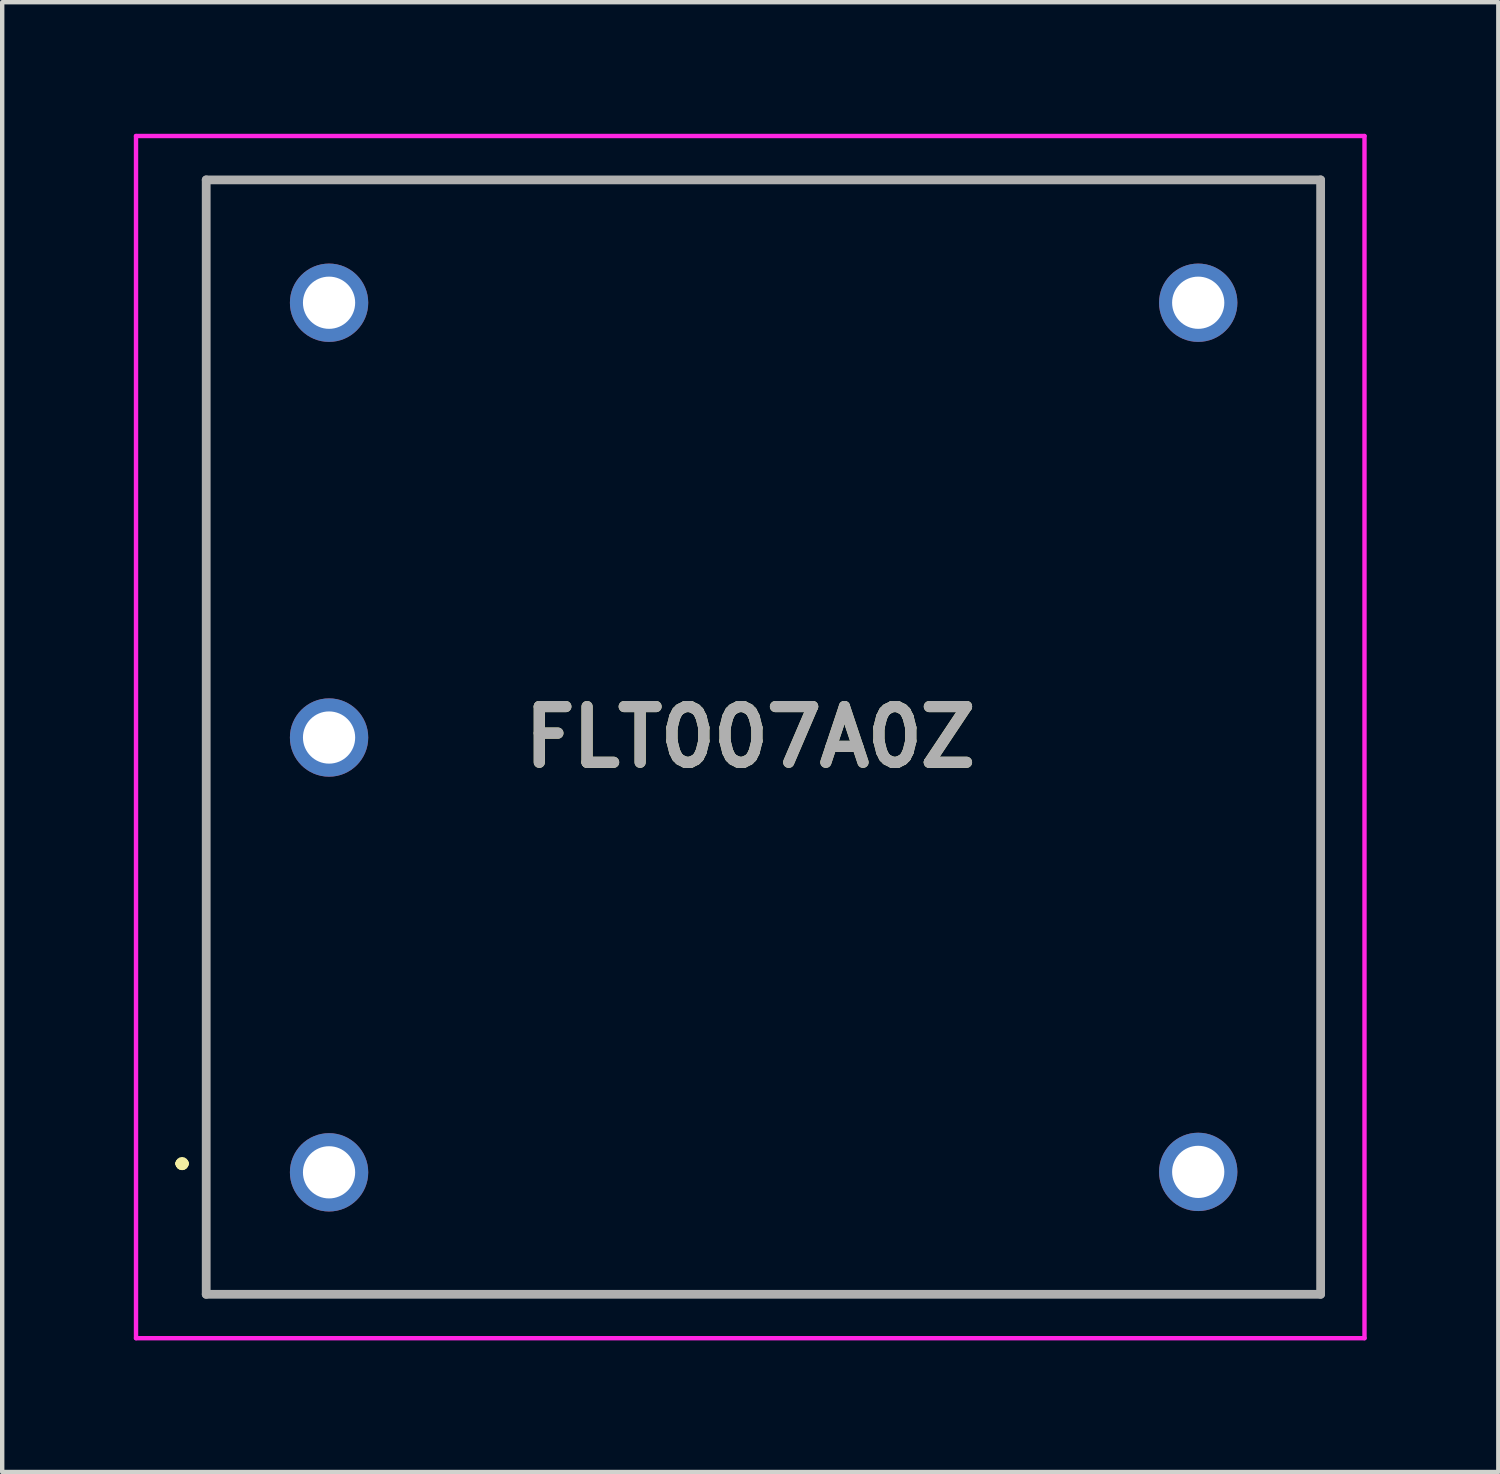
<source format=kicad_pcb>
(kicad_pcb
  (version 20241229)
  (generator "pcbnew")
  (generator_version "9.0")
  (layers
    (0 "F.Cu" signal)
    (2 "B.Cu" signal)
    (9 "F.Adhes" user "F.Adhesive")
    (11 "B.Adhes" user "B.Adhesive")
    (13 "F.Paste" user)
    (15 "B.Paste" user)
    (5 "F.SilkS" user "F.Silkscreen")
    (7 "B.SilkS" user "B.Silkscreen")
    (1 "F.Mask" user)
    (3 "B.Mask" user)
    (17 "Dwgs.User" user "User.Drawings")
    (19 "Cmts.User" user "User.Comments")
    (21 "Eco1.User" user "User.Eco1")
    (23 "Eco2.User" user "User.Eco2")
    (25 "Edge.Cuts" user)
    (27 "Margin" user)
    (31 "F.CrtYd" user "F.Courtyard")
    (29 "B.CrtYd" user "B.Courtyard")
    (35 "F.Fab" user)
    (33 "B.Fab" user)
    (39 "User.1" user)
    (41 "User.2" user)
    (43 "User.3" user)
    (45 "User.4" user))
  (footprint "FLT007A0Z"
    (layer "F.Cu")
    (at 4.45 23.67)
    (property "Reference" "FLT007A0Z" (at 9.6 -9.92 0) (layer "F.SilkS") (effects (font (size 1.27 1.27) (thickness 0.254))))
    (attr through_hole)
    (fp_line (start -3.4 -0.2) (end -3.4 -0.2) (stroke (width 0.2) (type solid)) (layer "F.SilkS"))
    (fp_line (start -3.4 -0.2) (end -3.4 -0.2) (stroke (width 0.2) (type solid)) (layer "F.SilkS"))
    (fp_line (start -3.3 -0.2) (end -3.3 -0.2) (stroke (width 0.2) (type solid)) (layer "F.SilkS"))
    (fp_line (start -2.8 -22.62) (end -2.8 2.78) (stroke (width 0.1) (type solid)) (layer "F.SilkS"))
    (fp_line (start -2.8 2.78) (end 22.6 2.78) (stroke (width 0.1) (type solid)) (layer "F.SilkS"))
    (fp_line (start 22.6 -22.62) (end -2.8 -22.62) (stroke (width 0.1) (type solid)) (layer "F.SilkS"))
    (fp_line (start 22.6 2.78) (end 22.6 -22.62) (stroke (width 0.1) (type solid)) (layer "F.SilkS"))
    (fp_arc (start -3.4 -0.2) (mid -3.35 -0.25) (end -3.3 -0.2) (stroke (width 0.2) (type solid)) (layer "F.SilkS"))
    (fp_arc (start -3.3 -0.2) (mid -3.35 -0.15) (end -3.4 -0.2) (stroke (width 0.2) (type solid)) (layer "F.SilkS"))
    (fp_arc (start -3.3 -0.2) (mid -3.35 -0.15) (end -3.4 -0.2) (stroke (width 0.2) (type solid)) (layer "F.SilkS"))
    (fp_line (start -4.4 -23.62) (end -4.4 3.78) (stroke (width 0.1) (type solid)) (layer "F.CrtYd"))
    (fp_line (start -4.4 3.78) (end 23.6 3.78) (stroke (width 0.1) (type solid)) (layer "F.CrtYd"))
    (fp_line (start 23.6 -23.62) (end -4.4 -23.62) (stroke (width 0.1) (type solid)) (layer "F.CrtYd"))
    (fp_line (start 23.6 3.78) (end 23.6 -23.62) (stroke (width 0.1) (type solid)) (layer "F.CrtYd"))
    (fp_line (start -2.8 -22.62) (end 22.6 -22.62) (stroke (width 0.2) (type solid)) (layer "F.Fab"))
    (fp_line (start -2.8 2.78) (end -2.8 -22.62) (stroke (width 0.2) (type solid)) (layer "F.Fab"))
    (fp_line (start 22.6 -22.62) (end 22.6 2.78) (stroke (width 0.2) (type solid)) (layer "F.Fab"))
    (fp_line (start 22.6 2.78) (end -2.8 2.78) (stroke (width 0.2) (type solid)) (layer "F.Fab"))
    (fp_text user "${REFERENCE}" (at 9.6 -9.92 0) (layer "F.Fab") (effects (font (size 1.27 1.27) (thickness 0.254))))
    (pad "1" thru_hole circle (at 0 0) (size 1.785 1.785) (drill 1.19) (layers "*.Cu" "*.Mask"))
    (pad "2" thru_hole circle (at 0 -19.82) (size 1.785 1.785) (drill 1.19) (layers "*.Cu" "*.Mask"))
    (pad "3" thru_hole circle (at 0 -9.91) (size 1.785 1.785) (drill 1.19) (layers "*.Cu" "*.Mask"))
    (pad "4" thru_hole circle (at 19.81 -0.01) (size 1.785 1.785) (drill 1.19) (layers "*.Cu" "*.Mask"))
    (pad "5" thru_hole circle (at 19.81 -19.82) (size 1.785 1.785) (drill 1.19) (layers "*.Cu" "*.Mask")))
  (gr_rect
    (start -3 -3)
    (end 31.1 30.5)
    (stroke (width 0.1) (type default))
    (fill no)
    (layer "Edge.Cuts")))
</source>
